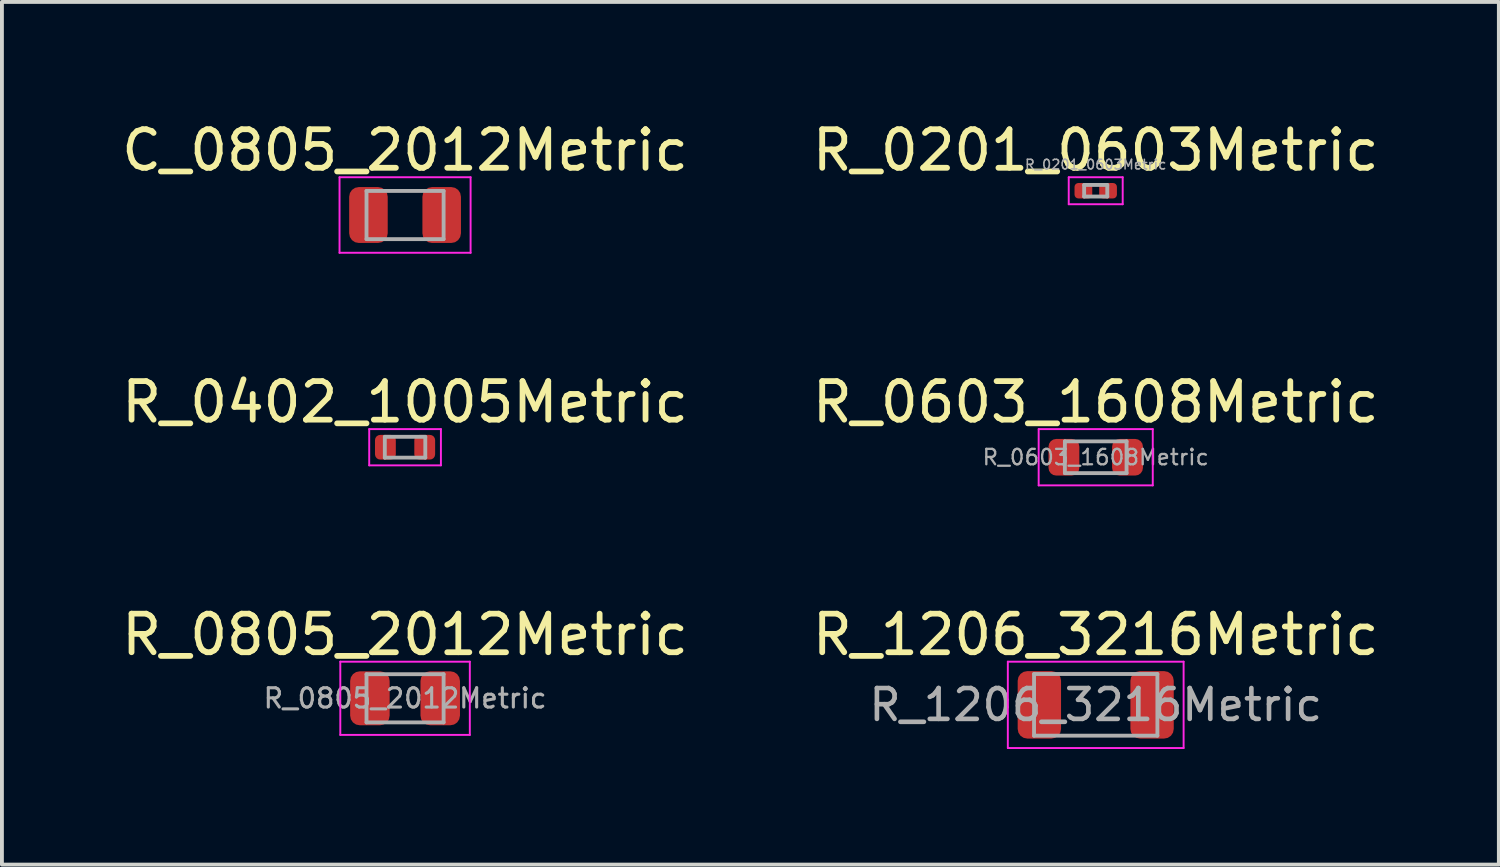
<source format=kicad_pcb>
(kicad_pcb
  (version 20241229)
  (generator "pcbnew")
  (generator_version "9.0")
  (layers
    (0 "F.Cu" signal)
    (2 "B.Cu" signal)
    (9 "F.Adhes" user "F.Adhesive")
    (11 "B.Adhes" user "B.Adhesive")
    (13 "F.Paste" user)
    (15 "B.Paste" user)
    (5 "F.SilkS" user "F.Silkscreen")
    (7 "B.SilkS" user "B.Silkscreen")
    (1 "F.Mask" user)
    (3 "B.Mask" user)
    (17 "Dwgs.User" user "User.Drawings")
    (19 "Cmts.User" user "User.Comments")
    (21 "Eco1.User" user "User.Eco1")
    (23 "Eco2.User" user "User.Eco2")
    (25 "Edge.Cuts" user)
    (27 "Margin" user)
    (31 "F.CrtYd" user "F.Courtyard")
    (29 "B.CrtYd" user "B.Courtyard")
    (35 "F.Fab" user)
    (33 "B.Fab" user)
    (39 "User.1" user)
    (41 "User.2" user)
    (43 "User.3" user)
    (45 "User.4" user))
  (footprint "R_0603_1608Metric"
    (layer "F.Cu")
    (at 25.375 8.812)
    (property "Reference" "R_0603_1608Metric" (at 0 -1.43 0) (layer "F.SilkS") (effects (font (size 1 1) (thickness 0.15))))
    (attr smd)
    (fp_line (start -1.48 -0.73) (end 1.48 -0.73) (stroke (width 0.05) (type solid)) (layer "F.CrtYd"))
    (fp_line (start -1.48 0.73) (end -1.48 -0.73) (stroke (width 0.05) (type solid)) (layer "F.CrtYd"))
    (fp_line (start 1.48 -0.73) (end 1.48 0.73) (stroke (width 0.05) (type solid)) (layer "F.CrtYd"))
    (fp_line (start 1.48 0.73) (end -1.48 0.73) (stroke (width 0.05) (type solid)) (layer "F.CrtYd"))
    (fp_line (start -0.8 -0.412) (end 0.8 -0.412) (stroke (width 0.1) (type solid)) (layer "F.Fab"))
    (fp_line (start -0.8 0.412) (end -0.8 -0.412) (stroke (width 0.1) (type solid)) (layer "F.Fab"))
    (fp_line (start 0.8 -0.412) (end 0.8 0.412) (stroke (width 0.1) (type solid)) (layer "F.Fab"))
    (fp_line (start 0.8 0.412) (end -0.8 0.412) (stroke (width 0.1) (type solid)) (layer "F.Fab"))
    (fp_text user "${REFERENCE}" (at 0 0 0) (layer "F.Fab") (effects (font (size 0.4 0.4) (thickness 0.06))))
    (pad "1" smd roundrect (at -0.825 0) (size 0.8 0.95) (layers "F.Cu" "F.Mask" "F.Paste") (roundrect_rratio 0.25))
    (pad "2" smd roundrect (at 0.825 0) (size 0.8 0.95) (layers "F.Cu" "F.Mask" "F.Paste") (roundrect_rratio 0.25)))
  (footprint "R_0805_2012Metric"
    (layer "F.Cu")
    (at 7.458 15.065)
    (property "Reference" "R_0805_2012Metric" (at 0 -1.65 0) (layer "F.SilkS") (effects (font (size 1 1) (thickness 0.15))))
    (attr smd)
    (fp_line (start -1.68 -0.95) (end 1.68 -0.95) (stroke (width 0.05) (type solid)) (layer "F.CrtYd"))
    (fp_line (start -1.68 0.95) (end -1.68 -0.95) (stroke (width 0.05) (type solid)) (layer "F.CrtYd"))
    (fp_line (start 1.68 -0.95) (end 1.68 0.95) (stroke (width 0.05) (type solid)) (layer "F.CrtYd"))
    (fp_line (start 1.68 0.95) (end -1.68 0.95) (stroke (width 0.05) (type solid)) (layer "F.CrtYd"))
    (fp_line (start -1 -0.625) (end 1 -0.625) (stroke (width 0.1) (type solid)) (layer "F.Fab"))
    (fp_line (start -1 0.625) (end -1 -0.625) (stroke (width 0.1) (type solid)) (layer "F.Fab"))
    (fp_line (start 1 -0.625) (end 1 0.625) (stroke (width 0.1) (type solid)) (layer "F.Fab"))
    (fp_line (start 1 0.625) (end -1 0.625) (stroke (width 0.1) (type solid)) (layer "F.Fab"))
    (fp_text user "${REFERENCE}" (at 0 0 0) (layer "F.Fab") (effects (font (size 0.5 0.5) (thickness 0.08))))
    (pad "1" smd roundrect (at -0.912 0) (size 1.025 1.4) (layers "F.Cu" "F.Mask" "F.Paste") (roundrect_rratio 0.244))
    (pad "2" smd roundrect (at 0.912 0) (size 1.025 1.4) (layers "F.Cu" "F.Mask" "F.Paste") (roundrect_rratio 0.244)))
  (footprint "R_1206_3216Metric"
    (layer "F.Cu")
    (at 25.375 15.235)
    (property "Reference" "R_1206_3216Metric" (at 0 -1.82 0) (layer "F.SilkS") (effects (font (size 1 1) (thickness 0.15))))
    (attr smd)
    (fp_line (start -2.28 -1.12) (end 2.28 -1.12) (stroke (width 0.05) (type solid)) (layer "F.CrtYd"))
    (fp_line (start -2.28 1.12) (end -2.28 -1.12) (stroke (width 0.05) (type solid)) (layer "F.CrtYd"))
    (fp_line (start 2.28 -1.12) (end 2.28 1.12) (stroke (width 0.05) (type solid)) (layer "F.CrtYd"))
    (fp_line (start 2.28 1.12) (end -2.28 1.12) (stroke (width 0.05) (type solid)) (layer "F.CrtYd"))
    (fp_line (start -1.6 -0.8) (end 1.6 -0.8) (stroke (width 0.1) (type solid)) (layer "F.Fab"))
    (fp_line (start -1.6 0.8) (end -1.6 -0.8) (stroke (width 0.1) (type solid)) (layer "F.Fab"))
    (fp_line (start 1.6 -0.8) (end 1.6 0.8) (stroke (width 0.1) (type solid)) (layer "F.Fab"))
    (fp_line (start 1.6 0.8) (end -1.6 0.8) (stroke (width 0.1) (type solid)) (layer "F.Fab"))
    (fp_text user "${REFERENCE}" (at 0 0 0) (layer "F.Fab") (effects (font (size 0.8 0.8) (thickness 0.12))))
    (pad "1" smd roundrect (at -1.462 0) (size 1.125 1.75) (layers "F.Cu" "F.Mask" "F.Paste") (roundrect_rratio 0.222))
    (pad "2" smd roundrect (at 1.462 0) (size 1.125 1.75) (layers "F.Cu" "F.Mask" "F.Paste") (roundrect_rratio 0.222)))
  (footprint "C_0805_2012Metric"
    (layer "F.Cu")
    (at 7.458 2.528)
    (property "Reference" "C_0805_2012Metric" (at 0 -1.68 0) (layer "F.SilkS") (effects (font (size 1 1) (thickness 0.15))))
    (attr smd)
    (fp_line (start -1.7 -0.98) (end 1.7 -0.98) (stroke (width 0.05) (type solid)) (layer "F.CrtYd"))
    (fp_line (start -1.7 0.98) (end -1.7 -0.98) (stroke (width 0.05) (type solid)) (layer "F.CrtYd"))
    (fp_line (start 1.7 -0.98) (end 1.7 0.98) (stroke (width 0.05) (type solid)) (layer "F.CrtYd"))
    (fp_line (start 1.7 0.98) (end -1.7 0.98) (stroke (width 0.05) (type solid)) (layer "F.CrtYd"))
    (fp_line (start -1 -0.625) (end 1 -0.625) (stroke (width 0.1) (type solid)) (layer "F.Fab"))
    (fp_line (start -1 0.625) (end -1 -0.625) (stroke (width 0.1) (type solid)) (layer "F.Fab"))
    (fp_line (start 1 -0.625) (end 1 0.625) (stroke (width 0.1) (type solid)) (layer "F.Fab"))
    (fp_line (start 1 0.625) (end -1 0.625) (stroke (width 0.1) (type solid)) (layer "F.Fab"))
    (pad "1" smd roundrect (at -0.95 0) (size 1 1.45) (layers "F.Cu" "F.Mask" "F.Paste") (roundrect_rratio 0.25))
    (pad "2" smd roundrect (at 0.95 0) (size 1 1.45) (layers "F.Cu" "F.Mask" "F.Paste") (roundrect_rratio 0.25)))
  (footprint "R_0201_0603Metric"
    (layer "F.Cu")
    (at 25.375 1.898)
    (property "Reference" "R_0201_0603Metric" (at 0 -1.05 0) (layer "F.SilkS") (effects (font (size 1 1) (thickness 0.15))))
    (attr smd)
    (fp_line (start -0.7 -0.35) (end 0.7 -0.35) (stroke (width 0.05) (type solid)) (layer "F.CrtYd"))
    (fp_line (start -0.7 0.35) (end -0.7 -0.35) (stroke (width 0.05) (type solid)) (layer "F.CrtYd"))
    (fp_line (start 0.7 -0.35) (end 0.7 0.35) (stroke (width 0.05) (type solid)) (layer "F.CrtYd"))
    (fp_line (start 0.7 0.35) (end -0.7 0.35) (stroke (width 0.05) (type solid)) (layer "F.CrtYd"))
    (fp_line (start -0.3 -0.15) (end 0.3 -0.15) (stroke (width 0.1) (type solid)) (layer "F.Fab"))
    (fp_line (start -0.3 0.15) (end -0.3 -0.15) (stroke (width 0.1) (type solid)) (layer "F.Fab"))
    (fp_line (start 0.3 -0.15) (end 0.3 0.15) (stroke (width 0.1) (type solid)) (layer "F.Fab"))
    (fp_line (start 0.3 0.15) (end -0.3 0.15) (stroke (width 0.1) (type solid)) (layer "F.Fab"))
    (fp_text user "${REFERENCE}" (at 0 -0.68 0) (layer "F.Fab") (effects (font (size 0.25 0.25) (thickness 0.04))))
    (pad "" smd roundrect (at -0.345 0) (size 0.318 0.36) (layers "F.Paste") (roundrect_rratio 0.25))
    (pad "" smd roundrect (at 0.345 0) (size 0.318 0.36) (layers "F.Paste") (roundrect_rratio 0.25))
    (pad "1" smd roundrect (at -0.32 0) (size 0.46 0.4) (layers "F.Cu" "F.Mask") (roundrect_rratio 0.25))
    (pad "2" smd roundrect (at 0.32 0) (size 0.46 0.4) (layers "F.Cu" "F.Mask") (roundrect_rratio 0.25)))
  (footprint "R_0402_1005Metric"
    (layer "F.Cu")
    (at 7.458 8.552)
    (property "Reference" "R_0402_1005Metric" (at 0 -1.17 0) (layer "F.SilkS") (effects (font (size 1 1) (thickness 0.15))))
    (attr smd)
    (fp_line (start -0.93 -0.47) (end 0.93 -0.47) (stroke (width 0.05) (type solid)) (layer "F.CrtYd"))
    (fp_line (start -0.93 0.47) (end -0.93 -0.47) (stroke (width 0.05) (type solid)) (layer "F.CrtYd"))
    (fp_line (start 0.93 -0.47) (end 0.93 0.47) (stroke (width 0.05) (type solid)) (layer "F.CrtYd"))
    (fp_line (start 0.93 0.47) (end -0.93 0.47) (stroke (width 0.05) (type solid)) (layer "F.CrtYd"))
    (fp_line (start -0.525 -0.27) (end 0.525 -0.27) (stroke (width 0.1) (type solid)) (layer "F.Fab"))
    (fp_line (start -0.525 0.27) (end -0.525 -0.27) (stroke (width 0.1) (type solid)) (layer "F.Fab"))
    (fp_line (start 0.525 -0.27) (end 0.525 0.27) (stroke (width 0.1) (type solid)) (layer "F.Fab"))
    (fp_line (start 0.525 0.27) (end -0.525 0.27) (stroke (width 0.1) (type solid)) (layer "F.Fab"))
    (pad "1" smd roundrect (at -0.51 0) (size 0.54 0.64) (layers "F.Cu" "F.Mask" "F.Paste") (roundrect_rratio 0.25))
    (pad "2" smd roundrect (at 0.51 0) (size 0.54 0.64) (layers "F.Cu" "F.Mask" "F.Paste") (roundrect_rratio 0.25)))
  (gr_rect
    (start -3 -3)
    (end 35.833 19.38)
    (stroke (width 0.1) (type default))
    (fill no)
    (layer "Edge.Cuts")))
</source>
